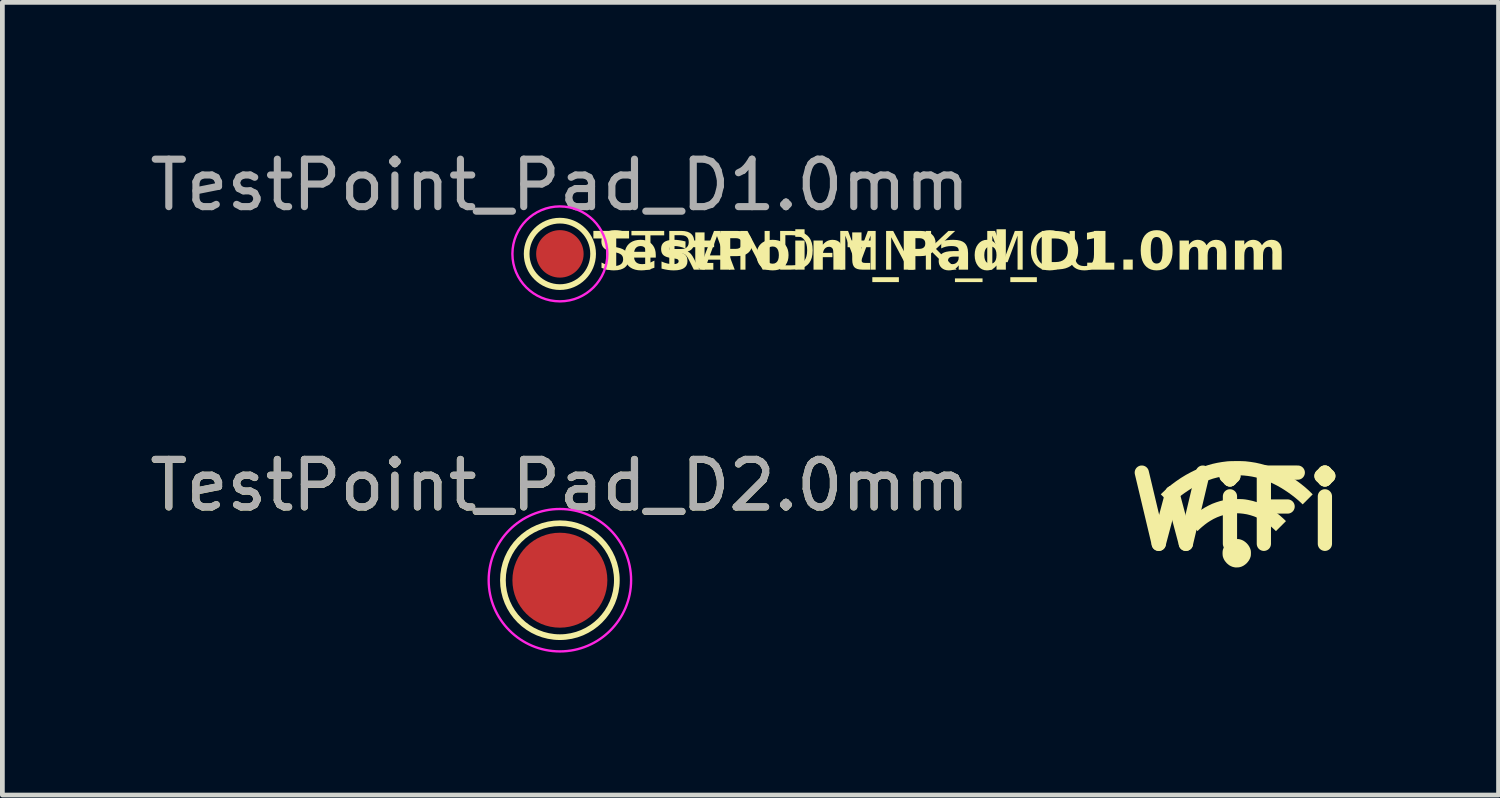
<source format=kicad_pcb>
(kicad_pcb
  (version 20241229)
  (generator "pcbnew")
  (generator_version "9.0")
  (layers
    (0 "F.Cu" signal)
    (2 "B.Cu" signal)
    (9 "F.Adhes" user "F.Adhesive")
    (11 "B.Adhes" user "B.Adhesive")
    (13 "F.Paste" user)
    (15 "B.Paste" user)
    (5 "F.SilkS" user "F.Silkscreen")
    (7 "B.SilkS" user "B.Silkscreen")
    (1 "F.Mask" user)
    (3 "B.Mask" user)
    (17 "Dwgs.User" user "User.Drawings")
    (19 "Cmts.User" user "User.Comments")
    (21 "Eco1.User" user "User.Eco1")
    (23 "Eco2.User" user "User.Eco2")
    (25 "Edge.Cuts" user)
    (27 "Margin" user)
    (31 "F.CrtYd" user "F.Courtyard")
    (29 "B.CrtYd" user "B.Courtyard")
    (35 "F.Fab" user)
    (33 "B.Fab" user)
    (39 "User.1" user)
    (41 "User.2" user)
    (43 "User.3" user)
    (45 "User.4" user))
  (footprint "TestPoint_Pad_D1.0mm"
    (layer "F.Cu")
    (at 8.744 2.298)
    (property "Reference" "TestPoint_Pad_D1.0mm" (at 0.7 0 0) (layer "F.SilkS") (effects (font (face "Bell Centennial Std NameAndNum") (size 0.8 0.8) (thickness 0.15) (bold yes)) (justify left)))
    (property "Value" "STRAND-MNK_MCU" (at 0 1.55 0) (layer "F.Fab") (hide yes) (effects (font (size 1 1) (thickness 0.15))))
    (attr exclude_from_pos_files)
    (fp_circle (center 0 0) (end 0 0.7) (stroke (width 0.12) (type solid)) (fill no) (layer "F.SilkS"))
    (fp_circle (center 0 0) (end 1 0) (stroke (width 0.05) (type solid)) (fill no) (layer "F.CrtYd"))
    (fp_text user "${VALUE}" (at 0.8 0 0) (unlocked yes) (layer "F.SilkS") (effects (font (face "Bell Centennial Std NameAndNum") (size 0.8 0.8) (thickness 0.1)) (justify left)))
    (fp_text user "${REFERENCE}" (at 0 -1.45 0) (layer "F.Fab") (effects (font (size 1 1) (thickness 0.15))))
    (pad "1" smd circle (at 0 0) (size 1 1) (layers "F.Cu" "F.Mask")))
  (footprint "WiFi"
    (layer "F.Cu")
    (at 23.002 7.727)
    (property "Reference" "WiFi" (at 0 0 0) (layer "F.SilkS") (effects (font (size 1.5 1.5) (thickness 0.3))))
    (attr board_only exclude_from_pos_files exclude_from_bom)
    (fp_poly (pts (xy 0.021 0.578) (xy 0.037 0.579) (xy 0.05 0.581) (xy 0.062 0.583) (xy 0.072 0.585) (xy 0.112 0.599) (xy 0.149 0.618) (xy 0.183 0.643) (xy 0.21 0.667) (xy 0.239 0.7) (xy 0.263 0.736) (xy 0.281 0.773) (xy 0.292 0.805) (xy 0.295 0.817) (xy 0.297 0.83) (xy 0.298 0.843) (xy 0.299 0.861) (xy 0.299 0.877) (xy 0.298 0.898) (xy 0.298 0.914) (xy 0.296 0.927) (xy 0.294 0.939) (xy 0.292 0.949) (xy 0.278 0.988) (xy 0.259 1.025) (xy 0.234 1.059) (xy 0.21 1.087) (xy 0.176 1.116) (xy 0.141 1.14) (xy 0.104 1.158) (xy 0.072 1.168) (xy 0.05 1.173) (xy 0.025 1.175) (xy -0.002 1.176) (xy -0.027 1.176) (xy -0.048 1.173) (xy -0.05 1.173) (xy -0.09 1.163) (xy -0.126 1.148) (xy -0.161 1.128) (xy -0.193 1.102) (xy -0.21 1.087) (xy -0.239 1.053) (xy -0.263 1.019) (xy -0.281 0.981) (xy -0.292 0.949) (xy -0.296 0.927) (xy -0.298 0.901) (xy -0.299 0.874) (xy -0.298 0.846) (xy -0.295 0.821) (xy -0.292 0.805) (xy -0.278 0.765) (xy -0.259 0.728) (xy -0.234 0.693) (xy -0.21 0.667) (xy -0.176 0.637) (xy -0.141 0.614) (xy -0.104 0.596) (xy -0.072 0.585) (xy -0.06 0.582) (xy -0.047 0.58) (xy -0.033 0.579) (xy -0.016 0.578) (xy -0.000001 0.578)) (stroke (width 0) (type solid)) (fill yes) (layer "F.SilkS"))
    (fp_poly (pts (xy 0.037 -0.264) (xy 0.069 -0.264) (xy 0.096 -0.263) (xy 0.121 -0.262) (xy 0.144 -0.26) (xy 0.166 -0.258) (xy 0.188 -0.255) (xy 0.212 -0.251) (xy 0.239 -0.246) (xy 0.25 -0.244) (xy 0.336 -0.225) (xy 0.421 -0.2) (xy 0.505 -0.168) (xy 0.589 -0.131) (xy 0.671 -0.087) (xy 0.751 -0.037) (xy 0.83 0.019) (xy 0.908 0.081) (xy 0.983 0.148) (xy 1.002 0.166) (xy 1.037 0.2) (xy 0.932 0.305) (xy 0.826 0.411) (xy 0.791 0.377) (xy 0.724 0.316) (xy 0.656 0.261) (xy 0.586 0.212) (xy 0.515 0.169) (xy 0.441 0.132) (xy 0.366 0.101) (xy 0.292 0.077) (xy 0.214 0.057) (xy 0.134 0.044) (xy 0.055 0.036) (xy -0.025 0.035) (xy -0.105 0.04) (xy -0.184 0.051) (xy -0.262 0.068) (xy -0.339 0.091) (xy -0.415 0.12) (xy -0.489 0.155) (xy -0.56 0.196) (xy -0.614 0.231) (xy -0.647 0.255) (xy -0.68 0.28) (xy -0.714 0.308) (xy -0.746 0.335) (xy -0.776 0.362) (xy -0.802 0.387) (xy -0.808 0.393) (xy -0.816 0.401) (xy -0.822 0.407) (xy -0.825 0.41) (xy -0.826 0.41) (xy -0.828 0.407) (xy -0.835 0.401) (xy -0.845 0.391) (xy -0.858 0.378) (xy -0.874 0.362) (xy -0.893 0.344) (xy -0.913 0.324) (xy -0.932 0.305) (xy -1.037 0.2) (xy -1.002 0.166) (xy -0.925 0.095) (xy -0.846 0.031) (xy -0.766 -0.027) (xy -0.685 -0.078) (xy -0.603 -0.123) (xy -0.52 -0.163) (xy -0.435 -0.195) (xy -0.35 -0.222) (xy -0.263 -0.242) (xy -0.25 -0.244) (xy -0.222 -0.249) (xy -0.197 -0.253) (xy -0.174 -0.257) (xy -0.152 -0.259) (xy -0.13 -0.261) (xy -0.106 -0.262) (xy -0.08 -0.263) (xy -0.05 -0.264) (xy -0.015 -0.264) (xy -0.000001 -0.264)) (stroke (width 0) (type solid)) (fill yes) (layer "F.SilkS"))
    (fp_poly (pts (xy 0.048 -1.064) (xy 0.082 -1.064) (xy 0.112 -1.063) (xy 0.14 -1.062) (xy 0.163 -1.061) (xy 0.181 -1.06) (xy 0.184 -1.06) (xy 0.292 -1.047) (xy 0.398 -1.03) (xy 0.501 -1.007) (xy 0.6 -0.98) (xy 0.609 -0.978) (xy 0.704 -0.946) (xy 0.8 -0.909) (xy 0.896 -0.865) (xy 0.991 -0.817) (xy 1.085 -0.765) (xy 1.178 -0.708) (xy 1.268 -0.647) (xy 1.355 -0.582) (xy 1.438 -0.515) (xy 1.517 -0.445) (xy 1.553 -0.41) (xy 1.6 -0.363) (xy 1.495 -0.258) (xy 1.389 -0.152) (xy 1.364 -0.176) (xy 1.3 -0.235) (xy 1.231 -0.293) (xy 1.157 -0.35) (xy 1.081 -0.405) (xy 1.003 -0.457) (xy 0.944 -0.494) (xy 0.853 -0.546) (xy 0.764 -0.591) (xy 0.676 -0.631) (xy 0.588 -0.666) (xy 0.499 -0.695) (xy 0.41 -0.719) (xy 0.32 -0.738) (xy 0.228 -0.752) (xy 0.227 -0.752) (xy 0.189 -0.756) (xy 0.154 -0.76) (xy 0.119 -0.762) (xy 0.084 -0.764) (xy 0.046 -0.765) (xy 0.003 -0.765) (xy -0.000001 -0.765) (xy -0.043 -0.765) (xy -0.082 -0.764) (xy -0.117 -0.762) (xy -0.152 -0.76) (xy -0.187 -0.756) (xy -0.225 -0.752) (xy -0.227 -0.752) (xy -0.319 -0.738) (xy -0.409 -0.719) (xy -0.499 -0.695) (xy -0.587 -0.666) (xy -0.675 -0.632) (xy -0.763 -0.592) (xy -0.852 -0.546) (xy -0.943 -0.494) (xy -0.944 -0.494) (xy -1.021 -0.445) (xy -1.098 -0.393) (xy -1.172 -0.339) (xy -1.244 -0.282) (xy -1.311 -0.225) (xy -1.364 -0.177) (xy -1.374 -0.167) (xy -1.382 -0.16) (xy -1.388 -0.155) (xy -1.389 -0.154) (xy -1.392 -0.156) (xy -1.398 -0.162) (xy -1.408 -0.172) (xy -1.422 -0.185) (xy -1.438 -0.201) (xy -1.456 -0.219) (xy -1.476 -0.239) (xy -1.495 -0.259) (xy -1.6 -0.364) (xy -1.553 -0.41) (xy -1.466 -0.491) (xy -1.374 -0.568) (xy -1.277 -0.64) (xy -1.176 -0.709) (xy -1.071 -0.773) (xy -0.962 -0.832) (xy -0.914 -0.856) (xy -0.815 -0.902) (xy -0.717 -0.941) (xy -0.617 -0.975) (xy -0.516 -1.004) (xy -0.413 -1.027) (xy -0.308 -1.045) (xy -0.198 -1.059) (xy -0.184 -1.06) (xy -0.167 -1.061) (xy -0.145 -1.062) (xy -0.118 -1.063) (xy -0.088 -1.063) (xy -0.055 -1.064) (xy -0.021 -1.064) (xy 0.014 -1.064)) (stroke (width 0) (type solid)) (fill yes) (layer "F.SilkS")))
  (footprint "TestPoint_Pad_D2.0mm"
    (layer "F.Cu")
    (at 8.744 9.172)
    (property "Reference" "TestPoint_Pad_D2.0mm" (at 0 -1.998 0) (layer "F.SilkS") (effects (font (size 1 1) (thickness 0.15))))
    (attr exclude_from_pos_files)
    (fp_circle (center 0 0) (end 0 1.2) (stroke (width 0.12) (type solid)) (fill no) (layer "F.SilkS"))
    (fp_circle (center 0 0) (end 1.5 0) (stroke (width 0.05) (type solid)) (fill no) (layer "F.CrtYd"))
    (fp_text user "${REFERENCE}" (at 0 -2 0) (layer "F.Fab") (effects (font (size 1 1) (thickness 0.15))))
    (pad "1" smd circle (at 0 0) (size 2 2) (layers "F.Cu" "F.Mask")))
  (gr_rect
    (start -3 -3)
    (end 28.517 13.697)
    (stroke (width 0.1) (type default))
    (fill no)
    (layer "Edge.Cuts")))
</source>
